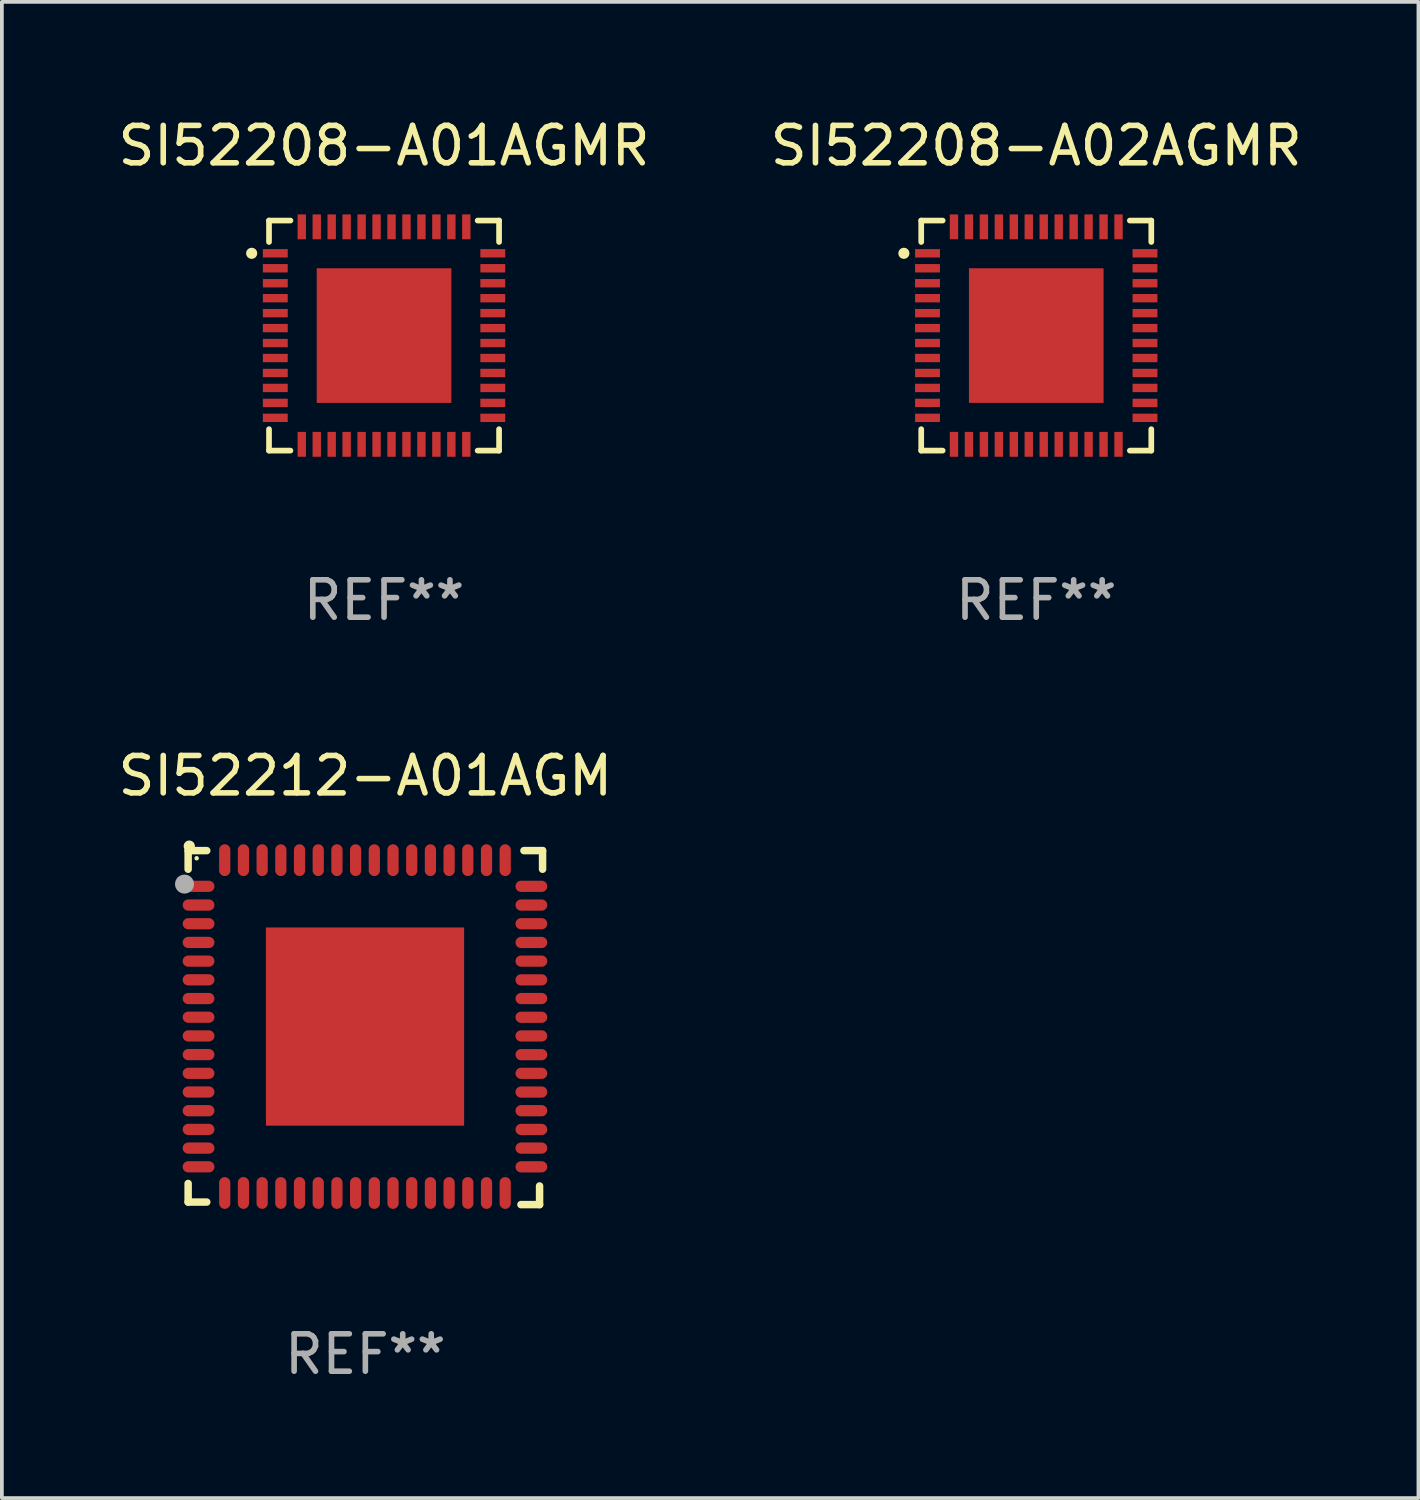
<source format=kicad_pcb>
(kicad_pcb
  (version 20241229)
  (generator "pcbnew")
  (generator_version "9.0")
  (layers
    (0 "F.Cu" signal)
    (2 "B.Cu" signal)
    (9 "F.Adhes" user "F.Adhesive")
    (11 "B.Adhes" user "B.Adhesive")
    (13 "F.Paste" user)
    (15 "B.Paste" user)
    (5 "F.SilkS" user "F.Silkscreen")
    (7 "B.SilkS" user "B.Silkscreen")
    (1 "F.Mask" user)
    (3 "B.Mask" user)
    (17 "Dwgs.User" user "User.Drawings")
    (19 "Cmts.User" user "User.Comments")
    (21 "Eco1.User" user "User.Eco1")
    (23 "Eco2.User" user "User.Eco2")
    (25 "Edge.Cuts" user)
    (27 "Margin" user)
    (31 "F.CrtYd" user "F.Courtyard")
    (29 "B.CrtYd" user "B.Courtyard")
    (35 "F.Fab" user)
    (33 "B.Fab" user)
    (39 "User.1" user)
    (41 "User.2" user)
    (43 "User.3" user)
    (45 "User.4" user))
  (footprint "SI52208-A02AGMR"
    (layer "F.Cu")
    (at 24.661 5.924)
    (property "Reference" "SI52208-A02AGMR" (at 0 -5.076 0) (layer "F.SilkS") (effects (font (size 1 1) (thickness 0.15))))
    (attr through_hole)
    (fp_line (start -3.076 -3.076) (end -3.076 -2.503) (stroke (width 0.152) (type solid)) (layer "F.SilkS"))
    (fp_line (start -3.076 3.076) (end -3.076 2.503) (stroke (width 0.152) (type solid)) (layer "F.SilkS"))
    (fp_line (start -2.503 -3.076) (end -3.076 -3.076) (stroke (width 0.152) (type solid)) (layer "F.SilkS"))
    (fp_line (start -2.503 3.076) (end -3.076 3.076) (stroke (width 0.152) (type solid)) (layer "F.SilkS"))
    (fp_line (start 2.503 -3.076) (end 3.076 -3.076) (stroke (width 0.152) (type solid)) (layer "F.SilkS"))
    (fp_line (start 2.503 3.076) (end 3.076 3.076) (stroke (width 0.152) (type solid)) (layer "F.SilkS"))
    (fp_line (start 3.076 -3.076) (end 3.076 -2.503) (stroke (width 0.152) (type solid)) (layer "F.SilkS"))
    (fp_line (start 3.076 3.076) (end 3.076 2.503) (stroke (width 0.152) (type solid)) (layer "F.SilkS"))
    (fp_circle (center -3.54 -2.2) (end -3.465 -2.2) (stroke (width 0.15) (type solid)) (fill no) (layer "F.SilkS"))
    (fp_text user "REF**" (at 0 7.076 0) (layer "F.Fab") (effects (font (size 1 1) (thickness 0.15))))
    (pad "1" smd rect (at -2.908 -2.2) (size 0.665 0.224) (layers "F.Cu" "F.Mask" "F.Paste"))
    (pad "2" smd rect (at -2.908 -1.8) (size 0.665 0.224) (layers "F.Cu" "F.Mask" "F.Paste"))
    (pad "3" smd rect (at -2.908 -1.4) (size 0.665 0.224) (layers "F.Cu" "F.Mask" "F.Paste"))
    (pad "4" smd rect (at -2.908 -1) (size 0.665 0.224) (layers "F.Cu" "F.Mask" "F.Paste"))
    (pad "5" smd rect (at -2.908 -0.6) (size 0.665 0.224) (layers "F.Cu" "F.Mask" "F.Paste"))
    (pad "6" smd rect (at -2.908 -0.2) (size 0.665 0.224) (layers "F.Cu" "F.Mask" "F.Paste"))
    (pad "7" smd rect (at -2.908 0.2) (size 0.665 0.224) (layers "F.Cu" "F.Mask" "F.Paste"))
    (pad "8" smd rect (at -2.908 0.6) (size 0.665 0.224) (layers "F.Cu" "F.Mask" "F.Paste"))
    (pad "9" smd rect (at -2.908 1) (size 0.665 0.224) (layers "F.Cu" "F.Mask" "F.Paste"))
    (pad "10" smd rect (at -2.908 1.4) (size 0.665 0.224) (layers "F.Cu" "F.Mask" "F.Paste"))
    (pad "11" smd rect (at -2.908 1.8) (size 0.665 0.224) (layers "F.Cu" "F.Mask" "F.Paste"))
    (pad "12" smd rect (at -2.908 2.2) (size 0.665 0.224) (layers "F.Cu" "F.Mask" "F.Paste"))
    (pad "13" smd rect (at -2.2 2.908) (size 0.224 0.665) (layers "F.Cu" "F.Mask" "F.Paste"))
    (pad "14" smd rect (at -1.8 2.908) (size 0.224 0.665) (layers "F.Cu" "F.Mask" "F.Paste"))
    (pad "15" smd rect (at -1.4 2.908) (size 0.224 0.665) (layers "F.Cu" "F.Mask" "F.Paste"))
    (pad "16" smd rect (at -1 2.908) (size 0.224 0.665) (layers "F.Cu" "F.Mask" "F.Paste"))
    (pad "17" smd rect (at -0.6 2.908) (size 0.224 0.665) (layers "F.Cu" "F.Mask" "F.Paste"))
    (pad "18" smd rect (at -0.2 2.908) (size 0.224 0.665) (layers "F.Cu" "F.Mask" "F.Paste"))
    (pad "19" smd rect (at 0.2 2.908) (size 0.224 0.665) (layers "F.Cu" "F.Mask" "F.Paste"))
    (pad "20" smd rect (at 0.6 2.908) (size 0.224 0.665) (layers "F.Cu" "F.Mask" "F.Paste"))
    (pad "21" smd rect (at 1 2.908) (size 0.224 0.665) (layers "F.Cu" "F.Mask" "F.Paste"))
    (pad "22" smd rect (at 1.4 2.908) (size 0.224 0.665) (layers "F.Cu" "F.Mask" "F.Paste"))
    (pad "23" smd rect (at 1.8 2.908) (size 0.224 0.665) (layers "F.Cu" "F.Mask" "F.Paste"))
    (pad "24" smd rect (at 2.2 2.908) (size 0.224 0.665) (layers "F.Cu" "F.Mask" "F.Paste"))
    (pad "25" smd rect (at 2.908 2.2) (size 0.665 0.224) (layers "F.Cu" "F.Mask" "F.Paste"))
    (pad "26" smd rect (at 2.908 1.8) (size 0.665 0.224) (layers "F.Cu" "F.Mask" "F.Paste"))
    (pad "27" smd rect (at 2.908 1.4) (size 0.665 0.224) (layers "F.Cu" "F.Mask" "F.Paste"))
    (pad "28" smd rect (at 2.908 1) (size 0.665 0.224) (layers "F.Cu" "F.Mask" "F.Paste"))
    (pad "29" smd rect (at 2.908 0.6) (size 0.665 0.224) (layers "F.Cu" "F.Mask" "F.Paste"))
    (pad "30" smd rect (at 2.908 0.2) (size 0.665 0.224) (layers "F.Cu" "F.Mask" "F.Paste"))
    (pad "31" smd rect (at 2.908 -0.2) (size 0.665 0.224) (layers "F.Cu" "F.Mask" "F.Paste"))
    (pad "32" smd rect (at 2.908 -0.6) (size 0.665 0.224) (layers "F.Cu" "F.Mask" "F.Paste"))
    (pad "33" smd rect (at 2.908 -1) (size 0.665 0.224) (layers "F.Cu" "F.Mask" "F.Paste"))
    (pad "34" smd rect (at 2.908 -1.4) (size 0.665 0.224) (layers "F.Cu" "F.Mask" "F.Paste"))
    (pad "35" smd rect (at 2.908 -1.8) (size 0.665 0.224) (layers "F.Cu" "F.Mask" "F.Paste"))
    (pad "36" smd rect (at 2.908 -2.2) (size 0.665 0.224) (layers "F.Cu" "F.Mask" "F.Paste"))
    (pad "37" smd rect (at 2.2 -2.908) (size 0.224 0.665) (layers "F.Cu" "F.Mask" "F.Paste"))
    (pad "38" smd rect (at 1.8 -2.908) (size 0.224 0.665) (layers "F.Cu" "F.Mask" "F.Paste"))
    (pad "39" smd rect (at 1.4 -2.908) (size 0.224 0.665) (layers "F.Cu" "F.Mask" "F.Paste"))
    (pad "40" smd rect (at 1 -2.908) (size 0.224 0.665) (layers "F.Cu" "F.Mask" "F.Paste"))
    (pad "41" smd rect (at 0.6 -2.908) (size 0.224 0.665) (layers "F.Cu" "F.Mask" "F.Paste"))
    (pad "42" smd rect (at 0.2 -2.908) (size 0.224 0.665) (layers "F.Cu" "F.Mask" "F.Paste"))
    (pad "43" smd rect (at -0.2 -2.908) (size 0.224 0.665) (layers "F.Cu" "F.Mask" "F.Paste"))
    (pad "44" smd rect (at -0.6 -2.908) (size 0.224 0.665) (layers "F.Cu" "F.Mask" "F.Paste"))
    (pad "45" smd rect (at -1 -2.908) (size 0.224 0.665) (layers "F.Cu" "F.Mask" "F.Paste"))
    (pad "46" smd rect (at -1.4 -2.908) (size 0.224 0.665) (layers "F.Cu" "F.Mask" "F.Paste"))
    (pad "47" smd rect (at -1.8 -2.908) (size 0.224 0.665) (layers "F.Cu" "F.Mask" "F.Paste"))
    (pad "48" smd rect (at -2.2 -2.908) (size 0.224 0.665) (layers "F.Cu" "F.Mask" "F.Paste"))
    (pad "49" smd rect (at 0 0) (size 3.6 3.6) (layers "F.Cu" "F.Mask" "F.Paste")))
  (footprint "SI52212-A01AGM"
    (layer "F.Cu")
    (at 6.72 24.43)
    (property "Reference" "SI52212-A01AGM" (at 0 -6.733 0) (layer "F.SilkS") (effects (font (size 1 1) (thickness 0.15))))
    (attr through_hole)
    (fp_line (start -4.739 -4.733) (end -4.241 -4.733) (stroke (width 0.2) (type solid)) (layer "F.SilkS"))
    (fp_line (start -4.739 -4.235) (end -4.739 -4.733) (stroke (width 0.2) (type solid)) (layer "F.SilkS"))
    (fp_line (start -4.739 4.168) (end -4.739 4.665) (stroke (width 0.2) (type solid)) (layer "F.SilkS"))
    (fp_line (start -4.739 4.665) (end -4.241 4.665) (stroke (width 0.2) (type solid)) (layer "F.SilkS"))
    (fp_line (start 4.161 4.733) (end 4.659 4.733) (stroke (width 0.2) (type solid)) (layer "F.SilkS"))
    (fp_line (start 4.241 -4.733) (end 4.739 -4.733) (stroke (width 0.2) (type solid)) (layer "F.SilkS"))
    (fp_line (start 4.659 4.733) (end 4.659 4.235) (stroke (width 0.2) (type solid)) (layer "F.SilkS"))
    (fp_line (start 4.739 -4.733) (end 4.739 -4.235) (stroke (width 0.2) (type solid)) (layer "F.SilkS"))
    (fp_arc (start -4.708623 -4.85108) (mid -4.708628 -4.85235) (end -4.708623 -4.85362) (stroke (width 0.3) (type solid)) (layer "F.SilkS"))
    (fp_circle (center -4.511 -4.529) (end -4.481 -4.529) (stroke (width 0.06) (type solid)) (fill no) (layer "F.SilkS"))
    (fp_circle (center -4.836 -3.838) (end -4.709 -3.838) (stroke (width 0.254) (type solid)) (fill no) (layer "F.Fab"))
    (fp_text user "REF**" (at 0 8.733 0) (layer "F.Fab") (effects (font (size 1 1) (thickness 0.15))))
    (pad "1" smd oval (at -4.46 -3.778) (size 0.85 0.3) (layers "F.Cu" "F.Mask" "F.Paste"))
    (pad "2" smd oval (at -4.46 -3.278) (size 0.85 0.3) (layers "F.Cu" "F.Mask" "F.Paste"))
    (pad "3" smd oval (at -4.46 -2.778) (size 0.85 0.3) (layers "F.Cu" "F.Mask" "F.Paste"))
    (pad "4" smd oval (at -4.46 -2.278) (size 0.85 0.3) (layers "F.Cu" "F.Mask" "F.Paste"))
    (pad "5" smd oval (at -4.46 -1.778) (size 0.85 0.3) (layers "F.Cu" "F.Mask" "F.Paste"))
    (pad "6" smd oval (at -4.46 -1.278) (size 0.85 0.3) (layers "F.Cu" "F.Mask" "F.Paste"))
    (pad "7" smd oval (at -4.46 -0.778) (size 0.85 0.3) (layers "F.Cu" "F.Mask" "F.Paste"))
    (pad "8" smd oval (at -4.46 -0.278) (size 0.85 0.3) (layers "F.Cu" "F.Mask" "F.Paste"))
    (pad "9" smd oval (at -4.46 0.222) (size 0.85 0.3) (layers "F.Cu" "F.Mask" "F.Paste"))
    (pad "10" smd oval (at -4.46 0.722) (size 0.85 0.3) (layers "F.Cu" "F.Mask" "F.Paste"))
    (pad "11" smd oval (at -4.46 1.222) (size 0.85 0.3) (layers "F.Cu" "F.Mask" "F.Paste"))
    (pad "12" smd oval (at -4.46 1.722) (size 0.85 0.3) (layers "F.Cu" "F.Mask" "F.Paste"))
    (pad "13" smd oval (at -4.46 2.222) (size 0.85 0.3) (layers "F.Cu" "F.Mask" "F.Paste"))
    (pad "14" smd oval (at -4.46 2.722) (size 0.85 0.3) (layers "F.Cu" "F.Mask" "F.Paste"))
    (pad "15" smd oval (at -4.46 3.222) (size 0.85 0.3) (layers "F.Cu" "F.Mask" "F.Paste"))
    (pad "16" smd oval (at -4.46 3.722) (size 0.85 0.3) (layers "F.Cu" "F.Mask" "F.Paste"))
    (pad "17" smd oval (at -3.76 4.422) (size 0.3 0.85) (layers "F.Cu" "F.Mask" "F.Paste"))
    (pad "18" smd oval (at -3.26 4.422) (size 0.3 0.85) (layers "F.Cu" "F.Mask" "F.Paste"))
    (pad "19" smd oval (at -2.76 4.422) (size 0.3 0.85) (layers "F.Cu" "F.Mask" "F.Paste"))
    (pad "20" smd oval (at -2.26 4.422) (size 0.3 0.85) (layers "F.Cu" "F.Mask" "F.Paste"))
    (pad "21" smd oval (at -1.76 4.422) (size 0.3 0.85) (layers "F.Cu" "F.Mask" "F.Paste"))
    (pad "22" smd oval (at -1.26 4.422) (size 0.3 0.85) (layers "F.Cu" "F.Mask" "F.Paste"))
    (pad "23" smd oval (at -0.76 4.422) (size 0.3 0.85) (layers "F.Cu" "F.Mask" "F.Paste"))
    (pad "24" smd oval (at -0.26 4.422) (size 0.3 0.85) (layers "F.Cu" "F.Mask" "F.Paste"))
    (pad "25" smd oval (at 0.24 4.422) (size 0.3 0.85) (layers "F.Cu" "F.Mask" "F.Paste"))
    (pad "26" smd oval (at 0.74 4.422) (size 0.3 0.85) (layers "F.Cu" "F.Mask" "F.Paste"))
    (pad "27" smd oval (at 1.24 4.422) (size 0.3 0.85) (layers "F.Cu" "F.Mask" "F.Paste"))
    (pad "28" smd oval (at 1.74 4.422) (size 0.3 0.85) (layers "F.Cu" "F.Mask" "F.Paste"))
    (pad "29" smd oval (at 2.24 4.422) (size 0.3 0.85) (layers "F.Cu" "F.Mask" "F.Paste"))
    (pad "30" smd oval (at 2.74 4.422) (size 0.3 0.85) (layers "F.Cu" "F.Mask" "F.Paste"))
    (pad "31" smd oval (at 3.24 4.422) (size 0.3 0.85) (layers "F.Cu" "F.Mask" "F.Paste"))
    (pad "32" smd oval (at 3.74 4.422) (size 0.3 0.85) (layers "F.Cu" "F.Mask" "F.Paste"))
    (pad "33" smd oval (at 4.44 3.723) (size 0.85 0.3) (layers "F.Cu" "F.Mask" "F.Paste"))
    (pad "34" smd oval (at 4.44 3.222) (size 0.85 0.3) (layers "F.Cu" "F.Mask" "F.Paste"))
    (pad "35" smd oval (at 4.44 2.723) (size 0.85 0.3) (layers "F.Cu" "F.Mask" "F.Paste"))
    (pad "36" smd oval (at 4.44 2.222) (size 0.85 0.3) (layers "F.Cu" "F.Mask" "F.Paste"))
    (pad "37" smd oval (at 4.44 1.723) (size 0.85 0.3) (layers "F.Cu" "F.Mask" "F.Paste"))
    (pad "38" smd oval (at 4.44 1.222) (size 0.85 0.3) (layers "F.Cu" "F.Mask" "F.Paste"))
    (pad "39" smd oval (at 4.44 0.723) (size 0.85 0.3) (layers "F.Cu" "F.Mask" "F.Paste"))
    (pad "40" smd oval (at 4.44 0.222) (size 0.85 0.3) (layers "F.Cu" "F.Mask" "F.Paste"))
    (pad "41" smd oval (at 4.44 -0.277) (size 0.85 0.3) (layers "F.Cu" "F.Mask" "F.Paste"))
    (pad "42" smd oval (at 4.44 -0.778) (size 0.85 0.3) (layers "F.Cu" "F.Mask" "F.Paste"))
    (pad "43" smd oval (at 4.44 -1.277) (size 0.85 0.3) (layers "F.Cu" "F.Mask" "F.Paste"))
    (pad "44" smd oval (at 4.44 -1.778) (size 0.85 0.3) (layers "F.Cu" "F.Mask" "F.Paste"))
    (pad "45" smd oval (at 4.44 -2.277) (size 0.85 0.3) (layers "F.Cu" "F.Mask" "F.Paste"))
    (pad "46" smd oval (at 4.44 -2.778) (size 0.85 0.3) (layers "F.Cu" "F.Mask" "F.Paste"))
    (pad "47" smd oval (at 4.44 -3.277) (size 0.85 0.3) (layers "F.Cu" "F.Mask" "F.Paste"))
    (pad "48" smd oval (at 4.44 -3.778) (size 0.85 0.3) (layers "F.Cu" "F.Mask" "F.Paste"))
    (pad "49" smd oval (at 3.74 -4.478) (size 0.3 0.85) (layers "F.Cu" "F.Mask" "F.Paste"))
    (pad "50" smd oval (at 3.24 -4.478) (size 0.3 0.85) (layers "F.Cu" "F.Mask" "F.Paste"))
    (pad "51" smd oval (at 2.74 -4.478) (size 0.3 0.85) (layers "F.Cu" "F.Mask" "F.Paste"))
    (pad "52" smd oval (at 2.24 -4.478) (size 0.3 0.85) (layers "F.Cu" "F.Mask" "F.Paste"))
    (pad "53" smd oval (at 1.74 -4.478) (size 0.3 0.85) (layers "F.Cu" "F.Mask" "F.Paste"))
    (pad "54" smd oval (at 1.24 -4.478) (size 0.3 0.85) (layers "F.Cu" "F.Mask" "F.Paste"))
    (pad "55" smd oval (at 0.74 -4.478) (size 0.3 0.85) (layers "F.Cu" "F.Mask" "F.Paste"))
    (pad "56" smd oval (at 0.24 -4.478) (size 0.3 0.85) (layers "F.Cu" "F.Mask" "F.Paste"))
    (pad "57" smd oval (at -0.26 -4.478) (size 0.3 0.85) (layers "F.Cu" "F.Mask" "F.Paste"))
    (pad "58" smd oval (at -0.76 -4.478) (size 0.3 0.85) (layers "F.Cu" "F.Mask" "F.Paste"))
    (pad "59" smd oval (at -1.26 -4.478) (size 0.3 0.85) (layers "F.Cu" "F.Mask" "F.Paste"))
    (pad "60" smd oval (at -1.76 -4.478) (size 0.3 0.85) (layers "F.Cu" "F.Mask" "F.Paste"))
    (pad "61" smd oval (at -2.26 -4.478) (size 0.3 0.85) (layers "F.Cu" "F.Mask" "F.Paste"))
    (pad "62" smd oval (at -2.76 -4.478) (size 0.3 0.85) (layers "F.Cu" "F.Mask" "F.Paste"))
    (pad "63" smd oval (at -3.26 -4.478) (size 0.3 0.85) (layers "F.Cu" "F.Mask" "F.Paste"))
    (pad "64" smd oval (at -3.76 -4.478) (size 0.3 0.85) (layers "F.Cu" "F.Mask" "F.Paste"))
    (pad "65" smd rect (at -0.009 -0.028 90) (size 5.3 5.3) (layers "F.Cu" "F.Mask" "F.Paste")))
  (footprint "SI52208-A01AGMR"
    (layer "F.Cu")
    (at 7.22 5.924)
    (property "Reference" "SI52208-A01AGMR" (at 0 -5.076 0) (layer "F.SilkS") (effects (font (size 1 1) (thickness 0.15))))
    (attr through_hole)
    (fp_line (start -3.076 -3.076) (end -3.076 -2.503) (stroke (width 0.152) (type solid)) (layer "F.SilkS"))
    (fp_line (start -3.076 3.076) (end -3.076 2.503) (stroke (width 0.152) (type solid)) (layer "F.SilkS"))
    (fp_line (start -2.503 -3.076) (end -3.076 -3.076) (stroke (width 0.152) (type solid)) (layer "F.SilkS"))
    (fp_line (start -2.503 3.076) (end -3.076 3.076) (stroke (width 0.152) (type solid)) (layer "F.SilkS"))
    (fp_line (start 2.503 -3.076) (end 3.076 -3.076) (stroke (width 0.152) (type solid)) (layer "F.SilkS"))
    (fp_line (start 2.503 3.076) (end 3.076 3.076) (stroke (width 0.152) (type solid)) (layer "F.SilkS"))
    (fp_line (start 3.076 -3.076) (end 3.076 -2.503) (stroke (width 0.152) (type solid)) (layer "F.SilkS"))
    (fp_line (start 3.076 3.076) (end 3.076 2.503) (stroke (width 0.152) (type solid)) (layer "F.SilkS"))
    (fp_circle (center -3.54 -2.2) (end -3.465 -2.2) (stroke (width 0.15) (type solid)) (fill no) (layer "F.SilkS"))
    (fp_text user "REF**" (at 0 7.076 0) (layer "F.Fab") (effects (font (size 1 1) (thickness 0.15))))
    (pad "1" smd rect (at -2.908 -2.2) (size 0.665 0.224) (layers "F.Cu" "F.Mask" "F.Paste"))
    (pad "2" smd rect (at -2.908 -1.8) (size 0.665 0.224) (layers "F.Cu" "F.Mask" "F.Paste"))
    (pad "3" smd rect (at -2.908 -1.4) (size 0.665 0.224) (layers "F.Cu" "F.Mask" "F.Paste"))
    (pad "4" smd rect (at -2.908 -1) (size 0.665 0.224) (layers "F.Cu" "F.Mask" "F.Paste"))
    (pad "5" smd rect (at -2.908 -0.6) (size 0.665 0.224) (layers "F.Cu" "F.Mask" "F.Paste"))
    (pad "6" smd rect (at -2.908 -0.2) (size 0.665 0.224) (layers "F.Cu" "F.Mask" "F.Paste"))
    (pad "7" smd rect (at -2.908 0.2) (size 0.665 0.224) (layers "F.Cu" "F.Mask" "F.Paste"))
    (pad "8" smd rect (at -2.908 0.6) (size 0.665 0.224) (layers "F.Cu" "F.Mask" "F.Paste"))
    (pad "9" smd rect (at -2.908 1) (size 0.665 0.224) (layers "F.Cu" "F.Mask" "F.Paste"))
    (pad "10" smd rect (at -2.908 1.4) (size 0.665 0.224) (layers "F.Cu" "F.Mask" "F.Paste"))
    (pad "11" smd rect (at -2.908 1.8) (size 0.665 0.224) (layers "F.Cu" "F.Mask" "F.Paste"))
    (pad "12" smd rect (at -2.908 2.2) (size 0.665 0.224) (layers "F.Cu" "F.Mask" "F.Paste"))
    (pad "13" smd rect (at -2.2 2.908) (size 0.224 0.665) (layers "F.Cu" "F.Mask" "F.Paste"))
    (pad "14" smd rect (at -1.8 2.908) (size 0.224 0.665) (layers "F.Cu" "F.Mask" "F.Paste"))
    (pad "15" smd rect (at -1.4 2.908) (size 0.224 0.665) (layers "F.Cu" "F.Mask" "F.Paste"))
    (pad "16" smd rect (at -1 2.908) (size 0.224 0.665) (layers "F.Cu" "F.Mask" "F.Paste"))
    (pad "17" smd rect (at -0.6 2.908) (size 0.224 0.665) (layers "F.Cu" "F.Mask" "F.Paste"))
    (pad "18" smd rect (at -0.2 2.908) (size 0.224 0.665) (layers "F.Cu" "F.Mask" "F.Paste"))
    (pad "19" smd rect (at 0.2 2.908) (size 0.224 0.665) (layers "F.Cu" "F.Mask" "F.Paste"))
    (pad "20" smd rect (at 0.6 2.908) (size 0.224 0.665) (layers "F.Cu" "F.Mask" "F.Paste"))
    (pad "21" smd rect (at 1 2.908) (size 0.224 0.665) (layers "F.Cu" "F.Mask" "F.Paste"))
    (pad "22" smd rect (at 1.4 2.908) (size 0.224 0.665) (layers "F.Cu" "F.Mask" "F.Paste"))
    (pad "23" smd rect (at 1.8 2.908) (size 0.224 0.665) (layers "F.Cu" "F.Mask" "F.Paste"))
    (pad "24" smd rect (at 2.2 2.908) (size 0.224 0.665) (layers "F.Cu" "F.Mask" "F.Paste"))
    (pad "25" smd rect (at 2.908 2.2) (size 0.665 0.224) (layers "F.Cu" "F.Mask" "F.Paste"))
    (pad "26" smd rect (at 2.908 1.8) (size 0.665 0.224) (layers "F.Cu" "F.Mask" "F.Paste"))
    (pad "27" smd rect (at 2.908 1.4) (size 0.665 0.224) (layers "F.Cu" "F.Mask" "F.Paste"))
    (pad "28" smd rect (at 2.908 1) (size 0.665 0.224) (layers "F.Cu" "F.Mask" "F.Paste"))
    (pad "29" smd rect (at 2.908 0.6) (size 0.665 0.224) (layers "F.Cu" "F.Mask" "F.Paste"))
    (pad "30" smd rect (at 2.908 0.2) (size 0.665 0.224) (layers "F.Cu" "F.Mask" "F.Paste"))
    (pad "31" smd rect (at 2.908 -0.2) (size 0.665 0.224) (layers "F.Cu" "F.Mask" "F.Paste"))
    (pad "32" smd rect (at 2.908 -0.6) (size 0.665 0.224) (layers "F.Cu" "F.Mask" "F.Paste"))
    (pad "33" smd rect (at 2.908 -1) (size 0.665 0.224) (layers "F.Cu" "F.Mask" "F.Paste"))
    (pad "34" smd rect (at 2.908 -1.4) (size 0.665 0.224) (layers "F.Cu" "F.Mask" "F.Paste"))
    (pad "35" smd rect (at 2.908 -1.8) (size 0.665 0.224) (layers "F.Cu" "F.Mask" "F.Paste"))
    (pad "36" smd rect (at 2.908 -2.2) (size 0.665 0.224) (layers "F.Cu" "F.Mask" "F.Paste"))
    (pad "37" smd rect (at 2.2 -2.908) (size 0.224 0.665) (layers "F.Cu" "F.Mask" "F.Paste"))
    (pad "38" smd rect (at 1.8 -2.908) (size 0.224 0.665) (layers "F.Cu" "F.Mask" "F.Paste"))
    (pad "39" smd rect (at 1.4 -2.908) (size 0.224 0.665) (layers "F.Cu" "F.Mask" "F.Paste"))
    (pad "40" smd rect (at 1 -2.908) (size 0.224 0.665) (layers "F.Cu" "F.Mask" "F.Paste"))
    (pad "41" smd rect (at 0.6 -2.908) (size 0.224 0.665) (layers "F.Cu" "F.Mask" "F.Paste"))
    (pad "42" smd rect (at 0.2 -2.908) (size 0.224 0.665) (layers "F.Cu" "F.Mask" "F.Paste"))
    (pad "43" smd rect (at -0.2 -2.908) (size 0.224 0.665) (layers "F.Cu" "F.Mask" "F.Paste"))
    (pad "44" smd rect (at -0.6 -2.908) (size 0.224 0.665) (layers "F.Cu" "F.Mask" "F.Paste"))
    (pad "45" smd rect (at -1 -2.908) (size 0.224 0.665) (layers "F.Cu" "F.Mask" "F.Paste"))
    (pad "46" smd rect (at -1.4 -2.908) (size 0.224 0.665) (layers "F.Cu" "F.Mask" "F.Paste"))
    (pad "47" smd rect (at -1.8 -2.908) (size 0.224 0.665) (layers "F.Cu" "F.Mask" "F.Paste"))
    (pad "48" smd rect (at -2.2 -2.908) (size 0.224 0.665) (layers "F.Cu" "F.Mask" "F.Paste"))
    (pad "49" smd rect (at 0 0) (size 3.6 3.6) (layers "F.Cu" "F.Mask" "F.Paste")))
  (gr_rect
    (start -3 -3)
    (end 34.881 37.01)
    (stroke (width 0.1) (type default))
    (fill no)
    (layer "Edge.Cuts")))
</source>
